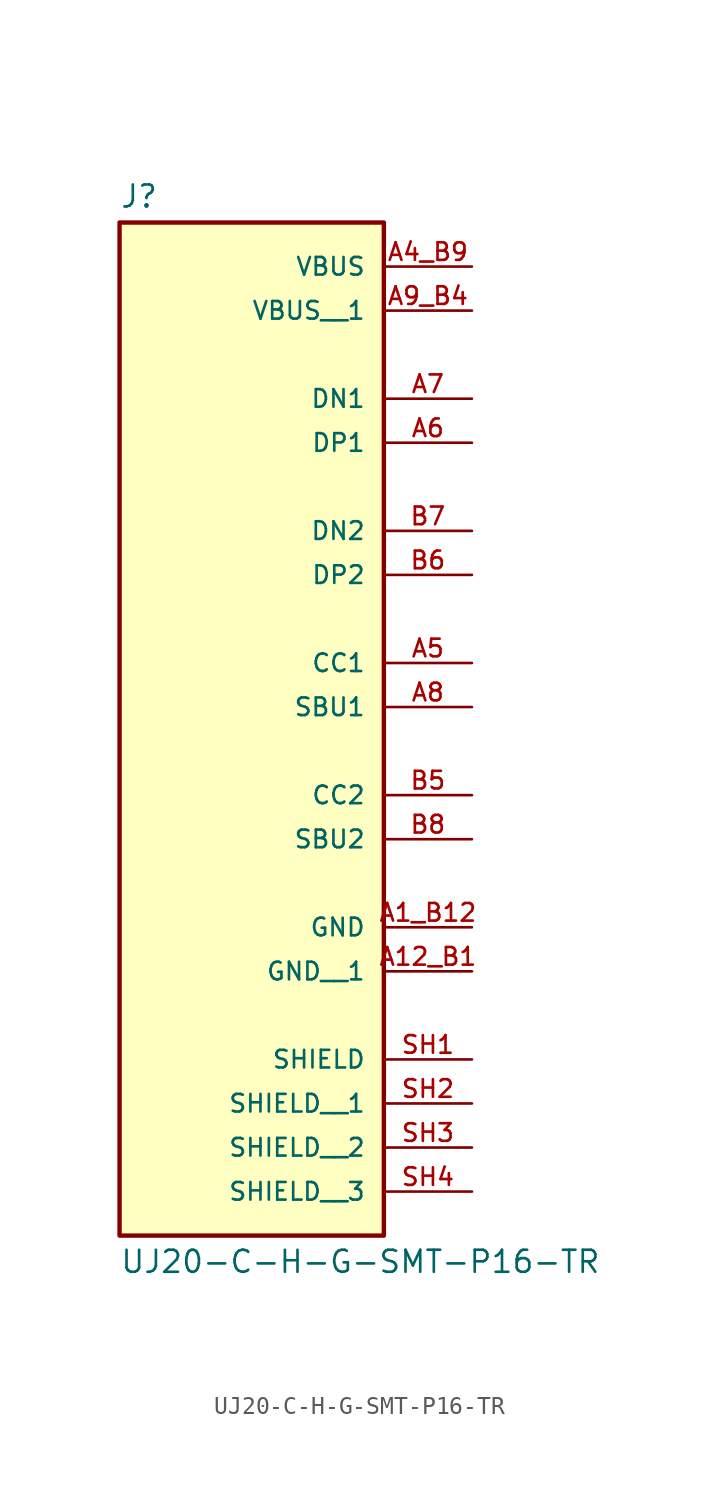
<source format=kicad_sym>
(kicad_symbol_lib
  (version 20241209)
  (generator "kicad_symbol_editor")
  (generator_version "9.0")
  (symbol "UJ20-C-H-G-SMT-P16-TR"
    (pin_names
      (offset 1.016))
    (property "Reference" "J"
      (at -7.62 23.622 0)
      (effects (font (size 1.27 1.27)) (justify left bottom)))
    (property "Value" "UJ20-C-H-G-SMT-P16-TR"
      (at -7.62 -36.322 0)
      (effects (font (size 1.27 1.27)) (justify left top)))
    (symbol "UJ20-C-H-G-SMT-P16-TR_0_0"
      (rectangle (start -7.62 22.86) (end 7.62 -35.56) (stroke (width 0.254) (type default)) (fill (type background)))
      (pin power_out line (at 12.7 20.32 180) (length 5.08) (name "VBUS" (effects (font (size 1.016 1.016)))) (number "A4_B9" (effects (font (size 1.016 1.016)))))
      (pin passive line (at 12.7 17.78 180) (length 5.08) (name "VBUS__1" (effects (font (size 1.016 1.016)))) (number "A9_B4" (effects (font (size 1.016 1.016)))))
      (pin passive line (at 12.7 -2.54 180) (length 5.08) (name "CC1" (effects (font (size 1.016 1.016)))) (number "A5" (effects (font (size 1.016 1.016)))))
      (pin passive line (at 12.7 -5.08 180) (length 5.08) (name "SBU1" (effects (font (size 1.016 1.016)))) (number "A8" (effects (font (size 1.016 1.016)))))
      (pin passive line (at 12.7 -10.16 180) (length 5.08) (name "CC2" (effects (font (size 1.016 1.016)))) (number "B5" (effects (font (size 1.016 1.016)))))
      (pin passive line (at 12.7 -12.7 180) (length 5.08) (name "SBU2" (effects (font (size 1.016 1.016)))) (number "B8" (effects (font (size 1.016 1.016)))))
      (pin power_in line (at 12.7 -17.78 180) (length 5.08) (name "GND" (effects (font (size 1.016 1.016)))) (number "A1_B12" (effects (font (size 1.016 1.016)))))
      (pin power_in line (at 12.7 -20.32 180) (length 5.08) (name "GND__1" (effects (font (size 1.016 1.016)))) (number "A12_B1" (effects (font (size 1.016 1.016)))))
      (pin passive line (at 12.7 -25.4 180) (length 5.08) (name "SHIELD" (effects (font (size 1.016 1.016)))) (number "SH1" (effects (font (size 1.016 1.016)))))
      (pin passive line (at 12.7 -27.94 180) (length 5.08) (name "SHIELD__1" (effects (font (size 1.016 1.016)))) (number "SH2" (effects (font (size 1.016 1.016)))))
      (pin passive line (at 12.7 -30.48 180) (length 5.08) (name "SHIELD__2" (effects (font (size 1.016 1.016)))) (number "SH3" (effects (font (size 1.016 1.016)))))
      (pin passive line (at 12.7 -33.02 180) (length 5.08) (name "SHIELD__3" (effects (font (size 1.016 1.016)))) (number "SH4" (effects (font (size 1.016 1.016))))))
    (symbol "UJ20-C-H-G-SMT-P16-TR_1_0"
      (pin bidirectional line (at 12.7 12.7 180) (length 5.08) (name "DN1" (effects (font (size 1.016 1.016)))) (number "A7" (effects (font (size 1.016 1.016)))))
      (pin bidirectional line (at 12.7 10.16 180) (length 5.08) (name "DP1" (effects (font (size 1.016 1.016)))) (number "A6" (effects (font (size 1.016 1.016)))))
      (pin bidirectional line (at 12.7 5.08 180) (length 5.08) (name "DN2" (effects (font (size 1.016 1.016)))) (number "B7" (effects (font (size 1.016 1.016)))))
      (pin bidirectional line (at 12.7 2.54 180) (length 5.08) (name "DP2" (effects (font (size 1.016 1.016)))) (number "B6" (effects (font (size 1.016 1.016))))))))
</source>
